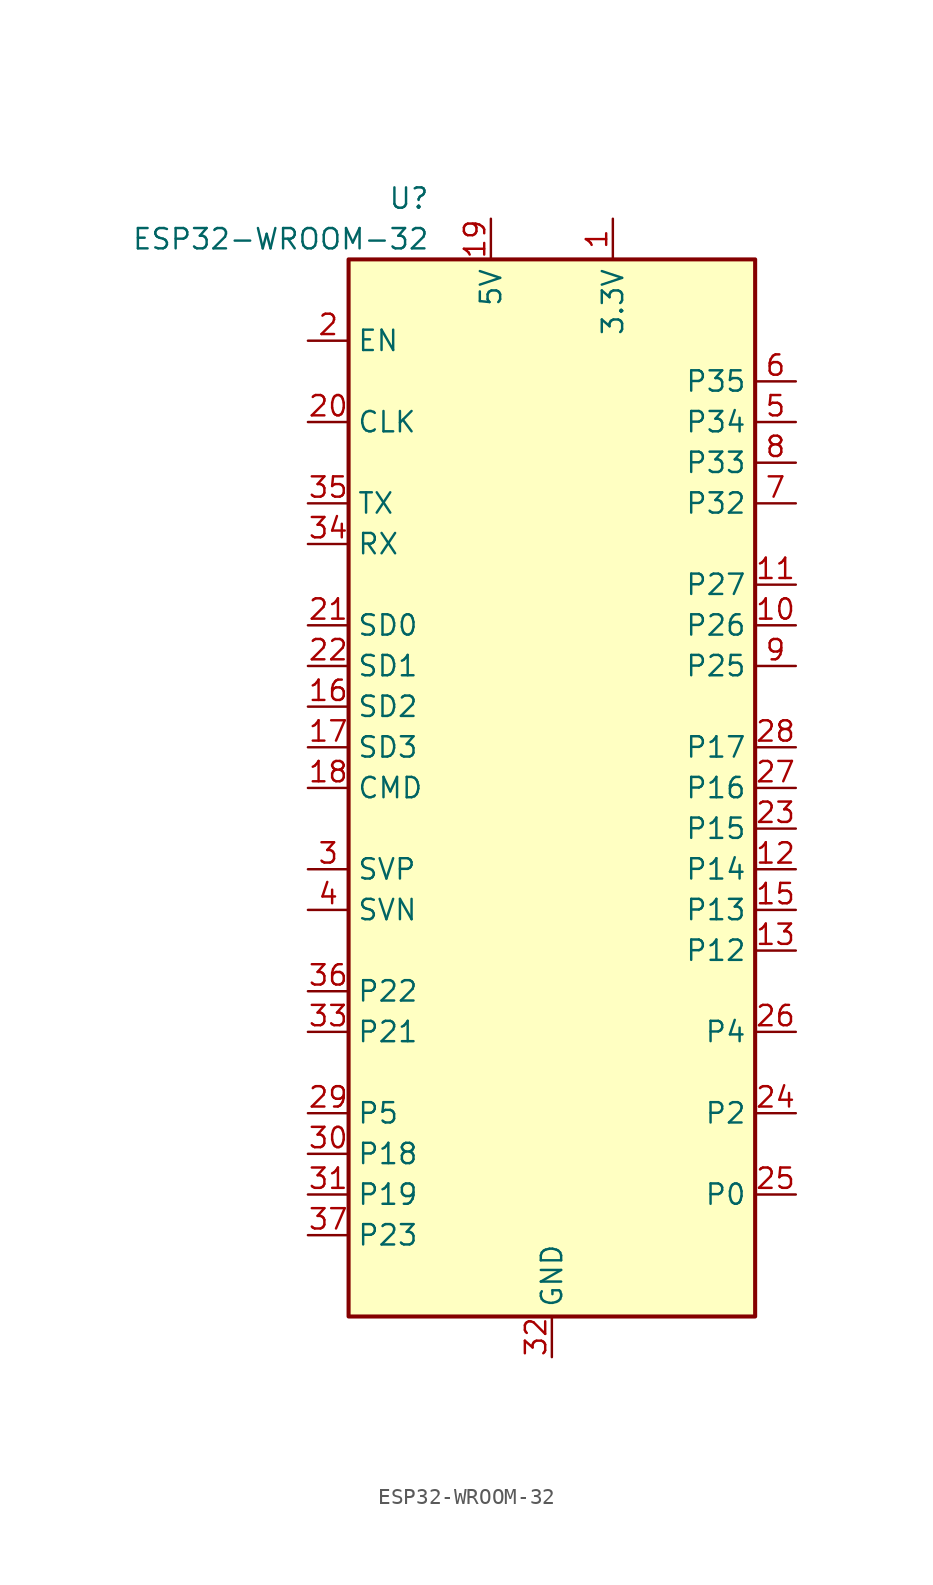
<source format=kicad_sym>
(kicad_symbol_lib
  (version 20220914)
  (generator kicad_symbol_editor)
  (symbol "ESP32-WROOM-32"
    (property "Reference" "U"
      (at -7.62 36.83 0)
      (effects (font (size 1.27 1.27)) (justify right)))
    (property "Value" "ESP32-WROOM-32"
      (at -7.62 34.29 0)
      (effects (font (size 1.27 1.27)) (justify right)))
    (symbol "ESP32-WROOM-32_0_1"
      (rectangle (start -12.7 33.02) (end 12.7 -33.02) (stroke (width 0.254) (type default)) (fill (type background))))
    (symbol "ESP32-WROOM-32_1_1"
      (pin power_out line (at 3.81 35.56 270) (length 2.54) (name "3.3V" (effects (font (size 1.27 1.27)))) (number "1" (effects (font (size 1.27 1.27)))))
      (pin bidirectional line (at 15.24 10.16 180) (length 2.54) (name "P26" (effects (font (size 1.27 1.27)))) (number "10" (effects (font (size 1.27 1.27)))))
      (pin bidirectional line (at 15.24 12.7 180) (length 2.54) (name "P27" (effects (font (size 1.27 1.27)))) (number "11" (effects (font (size 1.27 1.27)))))
      (pin bidirectional line (at 15.24 -5.08 180) (length 2.54) (name "P14" (effects (font (size 1.27 1.27)))) (number "12" (effects (font (size 1.27 1.27)))))
      (pin bidirectional line (at 15.24 -10.16 180) (length 2.54) (name "P12" (effects (font (size 1.27 1.27)))) (number "13" (effects (font (size 1.27 1.27)))))
      (pin power_in line (at 0 -35.56 90) (length 2.54) hide (name "GND" (effects (font (size 1.27 1.27)))) (number "14" (effects (font (size 1.27 1.27)))))
      (pin bidirectional line (at 15.24 -7.62 180) (length 2.54) (name "P13" (effects (font (size 1.27 1.27)))) (number "15" (effects (font (size 1.27 1.27)))))
      (pin bidirectional line (at -15.24 5.08 0) (length 2.54) (name "SD2" (effects (font (size 1.27 1.27)))) (number "16" (effects (font (size 1.27 1.27)))))
      (pin bidirectional line (at -15.24 2.54 0) (length 2.54) (name "SD3" (effects (font (size 1.27 1.27)))) (number "17" (effects (font (size 1.27 1.27)))))
      (pin bidirectional line (at -15.24 0 0) (length 2.54) (name "CMD" (effects (font (size 1.27 1.27)))) (number "18" (effects (font (size 1.27 1.27)))))
      (pin power_in line (at -3.81 35.56 270) (length 2.54) (name "5V" (effects (font (size 1.27 1.27)))) (number "19" (effects (font (size 1.27 1.27)))))
      (pin input line (at -15.24 27.94 0) (length 2.54) (name "EN" (effects (font (size 1.27 1.27)))) (number "2" (effects (font (size 1.27 1.27)))))
      (pin output line (at -15.24 22.86 0) (length 2.54) (name "CLK" (effects (font (size 1.27 1.27)))) (number "20" (effects (font (size 1.27 1.27)))))
      (pin bidirectional line (at -15.24 10.16 0) (length 2.54) (name "SD0" (effects (font (size 1.27 1.27)))) (number "21" (effects (font (size 1.27 1.27)))))
      (pin bidirectional line (at -15.24 7.62 0) (length 2.54) (name "SD1" (effects (font (size 1.27 1.27)))) (number "22" (effects (font (size 1.27 1.27)))))
      (pin bidirectional line (at 15.24 -2.54 180) (length 2.54) (name "P15" (effects (font (size 1.27 1.27)))) (number "23" (effects (font (size 1.27 1.27)))))
      (pin bidirectional line (at 15.24 -20.32 180) (length 2.54) (name "P2" (effects (font (size 1.27 1.27)))) (number "24" (effects (font (size 1.27 1.27)))))
      (pin bidirectional line (at 15.24 -25.4 180) (length 2.54) (name "P0" (effects (font (size 1.27 1.27)))) (number "25" (effects (font (size 1.27 1.27)))))
      (pin bidirectional line (at 15.24 -15.24 180) (length 2.54) (name "P4" (effects (font (size 1.27 1.27)))) (number "26" (effects (font (size 1.27 1.27)))))
      (pin bidirectional line (at 15.24 0 180) (length 2.54) (name "P16" (effects (font (size 1.27 1.27)))) (number "27" (effects (font (size 1.27 1.27)))))
      (pin bidirectional line (at 15.24 2.54 180) (length 2.54) (name "P17" (effects (font (size 1.27 1.27)))) (number "28" (effects (font (size 1.27 1.27)))))
      (pin bidirectional line (at -15.24 -20.32 0) (length 2.54) (name "P5" (effects (font (size 1.27 1.27)))) (number "29" (effects (font (size 1.27 1.27)))))
      (pin bidirectional line (at -15.24 -5.08 0) (length 2.54) (name "SVP" (effects (font (size 1.27 1.27)))) (number "3" (effects (font (size 1.27 1.27)))))
      (pin bidirectional line (at -15.24 -22.86 0) (length 2.54) (name "P18" (effects (font (size 1.27 1.27)))) (number "30" (effects (font (size 1.27 1.27)))))
      (pin bidirectional line (at -15.24 -25.4 0) (length 2.54) (name "P19" (effects (font (size 1.27 1.27)))) (number "31" (effects (font (size 1.27 1.27)))))
      (pin power_in line (at 0 -35.56 90) (length 2.54) (name "GND" (effects (font (size 1.27 1.27)))) (number "32" (effects (font (size 1.27 1.27)))))
      (pin bidirectional line (at -15.24 -15.24 0) (length 2.54) (name "P21" (effects (font (size 1.27 1.27)))) (number "33" (effects (font (size 1.27 1.27)))))
      (pin output line (at -15.24 15.24 0) (length 2.54) (name "RX" (effects (font (size 1.27 1.27)))) (number "34" (effects (font (size 1.27 1.27)))))
      (pin output line (at -15.24 17.78 0) (length 2.54) (name "TX" (effects (font (size 1.27 1.27)))) (number "35" (effects (font (size 1.27 1.27)))))
      (pin bidirectional line (at -15.24 -12.7 0) (length 2.54) (name "P22" (effects (font (size 1.27 1.27)))) (number "36" (effects (font (size 1.27 1.27)))))
      (pin bidirectional line (at -15.24 -27.94 0) (length 2.54) (name "P23" (effects (font (size 1.27 1.27)))) (number "37" (effects (font (size 1.27 1.27)))))
      (pin power_in line (at 0 -35.56 90) (length 2.54) hide (name "GND" (effects (font (size 1.27 1.27)))) (number "38" (effects (font (size 1.27 1.27)))))
      (pin bidirectional line (at -15.24 -7.62 0) (length 2.54) (name "SVN" (effects (font (size 1.27 1.27)))) (number "4" (effects (font (size 1.27 1.27)))))
      (pin bidirectional line (at 15.24 22.86 180) (length 2.54) (name "P34" (effects (font (size 1.27 1.27)))) (number "5" (effects (font (size 1.27 1.27)))))
      (pin bidirectional line (at 15.24 25.4 180) (length 2.54) (name "P35" (effects (font (size 1.27 1.27)))) (number "6" (effects (font (size 1.27 1.27)))))
      (pin bidirectional line (at 15.24 17.78 180) (length 2.54) (name "P32" (effects (font (size 1.27 1.27)))) (number "7" (effects (font (size 1.27 1.27)))))
      (pin bidirectional line (at 15.24 20.32 180) (length 2.54) (name "P33" (effects (font (size 1.27 1.27)))) (number "8" (effects (font (size 1.27 1.27)))))
      (pin bidirectional line (at 15.24 7.62 180) (length 2.54) (name "P25" (effects (font (size 1.27 1.27)))) (number "9" (effects (font (size 1.27 1.27))))))))
</source>
